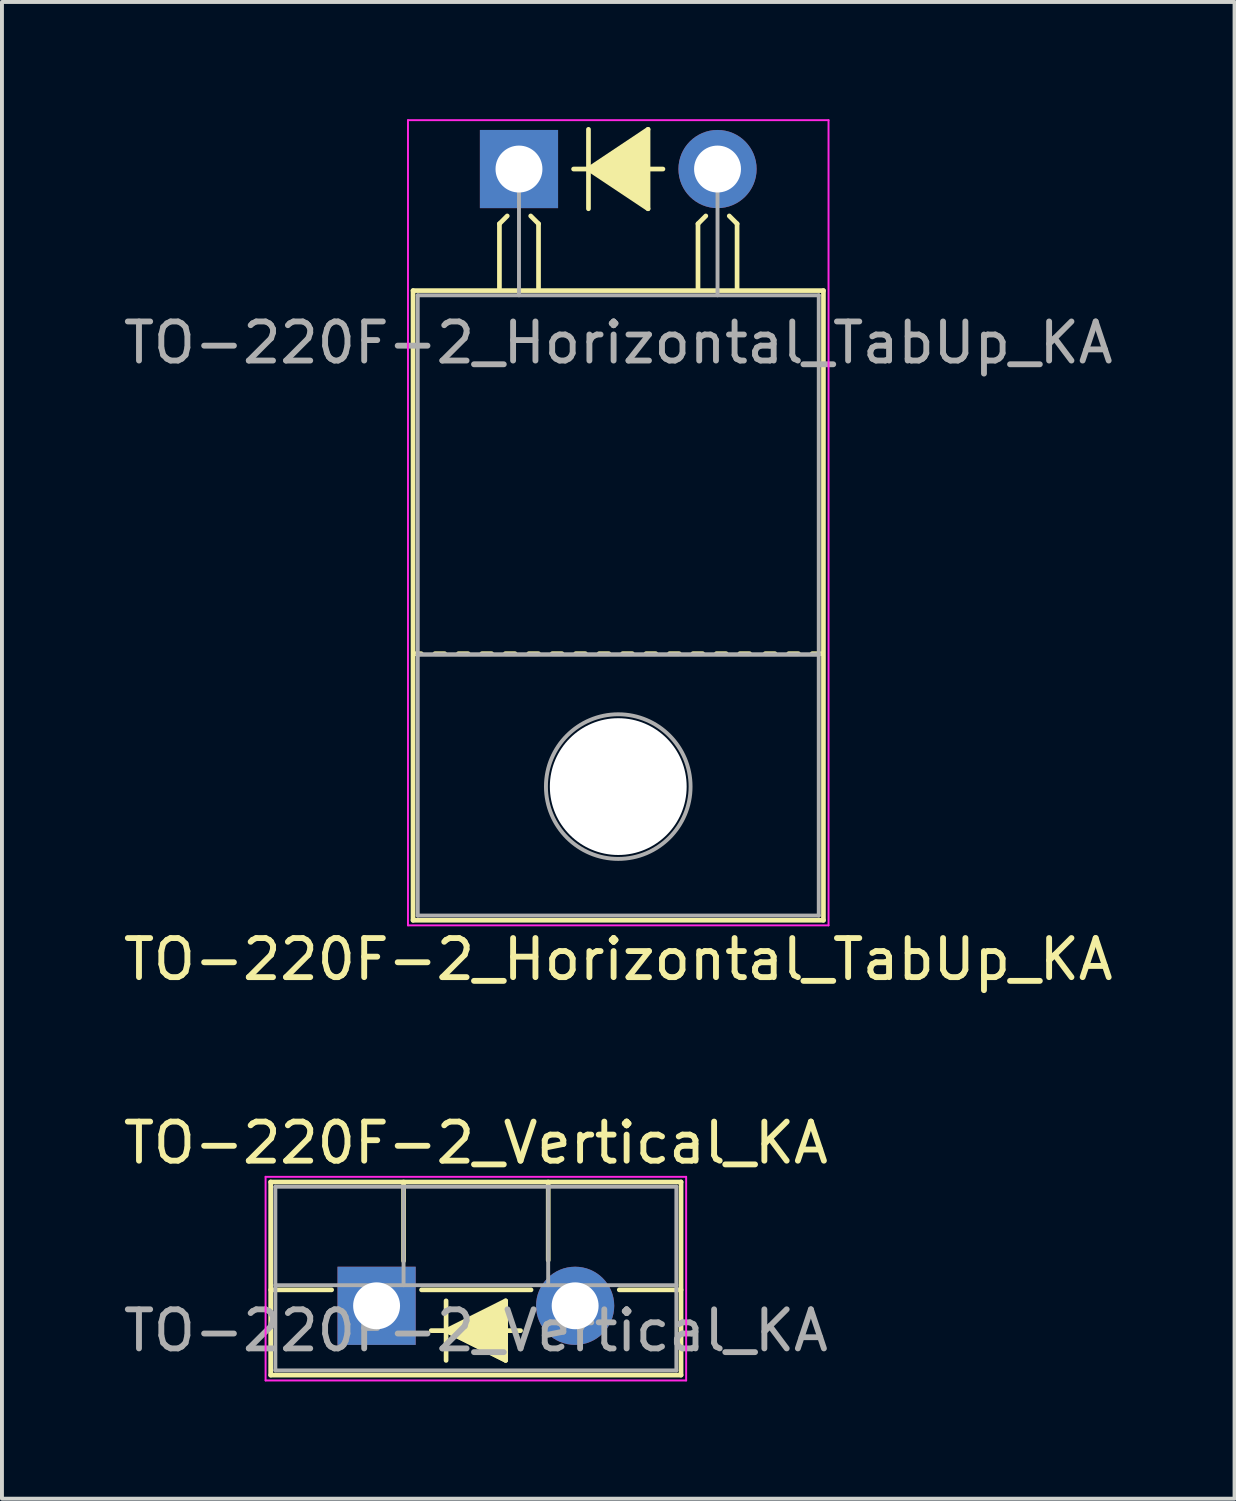
<source format=kicad_pcb>
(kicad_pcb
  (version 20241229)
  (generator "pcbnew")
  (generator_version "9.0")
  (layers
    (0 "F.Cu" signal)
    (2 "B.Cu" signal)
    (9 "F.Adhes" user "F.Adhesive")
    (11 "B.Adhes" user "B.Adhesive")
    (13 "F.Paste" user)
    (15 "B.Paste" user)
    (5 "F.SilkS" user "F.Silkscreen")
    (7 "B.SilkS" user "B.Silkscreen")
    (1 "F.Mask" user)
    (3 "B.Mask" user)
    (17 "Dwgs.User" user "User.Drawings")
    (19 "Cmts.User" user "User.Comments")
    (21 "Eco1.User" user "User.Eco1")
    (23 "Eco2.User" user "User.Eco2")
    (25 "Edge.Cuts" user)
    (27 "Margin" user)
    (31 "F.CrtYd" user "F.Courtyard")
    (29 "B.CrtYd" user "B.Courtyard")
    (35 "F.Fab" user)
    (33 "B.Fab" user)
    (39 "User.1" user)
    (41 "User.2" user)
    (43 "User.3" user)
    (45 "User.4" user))
  (footprint "TO-220F-2_Vertical_KA"
    (layer "F.Cu")
    (at 6.585 30.359)
    (property "Reference" "TO-220F-2_Vertical_KA" (at 2.54 -4.168 0) (layer "F.SilkS") (effects (font (size 1 1) (thickness 0.15))))
    (attr through_hole)
    (fp_line (start -2.71 -3.168) (end -2.71 1.773) (stroke (width 0.12) (type solid)) (layer "F.SilkS"))
    (fp_line (start -2.71 -3.168) (end 7.79 -3.168) (stroke (width 0.12) (type solid)) (layer "F.SilkS"))
    (fp_line (start -2.71 -0.408) (end -1.15 -0.408) (stroke (width 0.12) (type solid)) (layer "F.SilkS"))
    (fp_line (start -2.71 1.773) (end 7.79 1.773) (stroke (width 0.12) (type solid)) (layer "F.SilkS"))
    (fp_line (start 0.69 -3.168) (end 0.69 -1.15) (stroke (width 0.12) (type solid)) (layer "F.SilkS"))
    (fp_line (start 1.15 -0.408) (end 3.952 -0.408) (stroke (width 0.12) (type solid)) (layer "F.SilkS"))
    (fp_line (start 1.397 0.635) (end 1.778 0.635) (stroke (width 0.12) (type solid)) (layer "F.SilkS"))
    (fp_line (start 1.778 0.635) (end 1.778 -0.127) (stroke (width 0.12) (type solid)) (layer "F.SilkS"))
    (fp_line (start 1.778 0.635) (end 1.778 1.397) (stroke (width 0.12) (type solid)) (layer "F.SilkS"))
    (fp_line (start 1.778 0.635) (end 3.302 1.397) (stroke (width 0.12) (type solid)) (layer "F.SilkS"))
    (fp_line (start 3.302 -0.127) (end 1.778 0.635) (stroke (width 0.12) (type solid)) (layer "F.SilkS"))
    (fp_line (start 3.302 0.635) (end 3.683 0.635) (stroke (width 0.12) (type solid)) (layer "F.SilkS"))
    (fp_line (start 3.302 1.397) (end 3.302 -0.127) (stroke (width 0.12) (type solid)) (layer "F.SilkS"))
    (fp_line (start 4.391 -3.168) (end 4.391 -1.165) (stroke (width 0.12) (type solid)) (layer "F.SilkS"))
    (fp_line (start 6.209 -0.408) (end 7.79 -0.408) (stroke (width 0.12) (type solid)) (layer "F.SilkS"))
    (fp_line (start 7.79 -3.168) (end 7.79 1.773) (stroke (width 0.12) (type solid)) (layer "F.SilkS"))
    (fp_poly (pts (xy 3.3 1.4) (xy 1.8 0.65) (xy 3.3 -0.1)) (stroke (width 0.1) (type solid)) (fill yes) (layer "F.SilkS"))
    (fp_line (start -2.84 -3.3) (end -2.84 1.91) (stroke (width 0.05) (type solid)) (layer "F.CrtYd"))
    (fp_line (start -2.84 1.91) (end 7.92 1.91) (stroke (width 0.05) (type solid)) (layer "F.CrtYd"))
    (fp_line (start 7.92 -3.3) (end -2.84 -3.3) (stroke (width 0.05) (type solid)) (layer "F.CrtYd"))
    (fp_line (start 7.92 1.91) (end 7.92 -3.3) (stroke (width 0.05) (type solid)) (layer "F.CrtYd"))
    (fp_line (start -2.59 -3.047) (end -2.59 1.653) (stroke (width 0.1) (type solid)) (layer "F.Fab"))
    (fp_line (start -2.59 -0.527) (end 7.67 -0.527) (stroke (width 0.1) (type solid)) (layer "F.Fab"))
    (fp_line (start -2.59 1.653) (end 7.67 1.653) (stroke (width 0.1) (type solid)) (layer "F.Fab"))
    (fp_line (start 0.69 -3.047) (end 0.69 -0.527) (stroke (width 0.1) (type solid)) (layer "F.Fab"))
    (fp_line (start 4.39 -3.047) (end 4.39 -0.527) (stroke (width 0.1) (type solid)) (layer "F.Fab"))
    (fp_line (start 7.67 -3.047) (end -2.59 -3.047) (stroke (width 0.1) (type solid)) (layer "F.Fab"))
    (fp_line (start 7.67 1.653) (end 7.67 -3.047) (stroke (width 0.1) (type solid)) (layer "F.Fab"))
    (fp_text user "${REFERENCE}" (at 2.54 0.635 0) (layer "F.Fab") (effects (font (size 1 1) (thickness 0.15))))
    (pad "1" thru_hole rect (at 0 0) (size 2 2) (drill 1.2) (layers "*.Cu" "*.Mask"))
    (pad "2" thru_hole oval (at 5.08 0) (size 2 2) (drill 1.2) (layers "*.Cu" "*.Mask")))
  (footprint "TO-220F-2_Horizontal_TabUp_KA"
    (layer "F.Cu")
    (at 10.228 1.275)
    (property "Reference" "TO-220F-2_Horizontal_TabUp_KA" (at 2.54 20.22 0) (layer "F.SilkS") (effects (font (size 1 1) (thickness 0.15))))
    (fp_line (start -2.71 19.22) (end -2.71 3.11) (stroke (width 0.12) (type solid)) (layer "F.SilkS"))
    (fp_line (start -2.5 12.4) (end -2.7 12.4) (stroke (width 0.12) (type solid)) (layer "F.SilkS"))
    (fp_line (start -1.9 12.4) (end -2.15 12.4) (stroke (width 0.12) (type solid)) (layer "F.SilkS"))
    (fp_line (start -1.3 12.4) (end -1.55 12.4) (stroke (width 0.12) (type solid)) (layer "F.SilkS"))
    (fp_line (start -0.7 12.4) (end -0.95 12.4) (stroke (width 0.12) (type solid)) (layer "F.SilkS"))
    (fp_line (start -0.5 1.4) (end -0.3 1.2) (stroke (width 0.12) (type solid)) (layer "F.SilkS"))
    (fp_line (start -0.5 3.048) (end -0.5 1.4) (stroke (width 0.12) (type solid)) (layer "F.SilkS"))
    (fp_line (start -0.1 12.4) (end -0.35 12.4) (stroke (width 0.12) (type solid)) (layer "F.SilkS"))
    (fp_line (start 0.5 1.4) (end 0.3 1.2) (stroke (width 0.12) (type solid)) (layer "F.SilkS"))
    (fp_line (start 0.5 3.048) (end 0.5 1.4) (stroke (width 0.12) (type solid)) (layer "F.SilkS"))
    (fp_line (start 0.5 12.4) (end 0.25 12.4) (stroke (width 0.12) (type solid)) (layer "F.SilkS"))
    (fp_line (start 1.1 12.4) (end 0.85 12.4) (stroke (width 0.12) (type solid)) (layer "F.SilkS"))
    (fp_line (start 1.397 0) (end 1.778 0) (stroke (width 0.12) (type solid)) (layer "F.SilkS"))
    (fp_line (start 1.7 12.4) (end 1.45 12.4) (stroke (width 0.12) (type solid)) (layer "F.SilkS"))
    (fp_line (start 1.778 0) (end 1.778 -1.016) (stroke (width 0.12) (type solid)) (layer "F.SilkS"))
    (fp_line (start 1.778 0) (end 1.778 1.016) (stroke (width 0.12) (type solid)) (layer "F.SilkS"))
    (fp_line (start 1.778 0) (end 3.302 1.016) (stroke (width 0.12) (type solid)) (layer "F.SilkS"))
    (fp_line (start 2.3 12.4) (end 2.05 12.4) (stroke (width 0.12) (type solid)) (layer "F.SilkS"))
    (fp_line (start 2.9 12.4) (end 2.65 12.4) (stroke (width 0.12) (type solid)) (layer "F.SilkS"))
    (fp_line (start 3.302 -1.016) (end 1.778 0) (stroke (width 0.12) (type solid)) (layer "F.SilkS"))
    (fp_line (start 3.302 0) (end 3.683 0) (stroke (width 0.12) (type solid)) (layer "F.SilkS"))
    (fp_line (start 3.302 1.016) (end 3.302 -1.016) (stroke (width 0.12) (type solid)) (layer "F.SilkS"))
    (fp_line (start 3.5 12.4) (end 3.25 12.4) (stroke (width 0.12) (type solid)) (layer "F.SilkS"))
    (fp_line (start 4.1 12.4) (end 3.85 12.4) (stroke (width 0.12) (type solid)) (layer "F.SilkS"))
    (fp_line (start 4.58 1.4) (end 4.78 1.2) (stroke (width 0.12) (type solid)) (layer "F.SilkS"))
    (fp_line (start 4.58 3.048) (end 4.58 1.4) (stroke (width 0.12) (type solid)) (layer "F.SilkS"))
    (fp_line (start 4.7 12.4) (end 4.45 12.4) (stroke (width 0.12) (type solid)) (layer "F.SilkS"))
    (fp_line (start 5.3 12.4) (end 5.05 12.4) (stroke (width 0.12) (type solid)) (layer "F.SilkS"))
    (fp_line (start 5.58 1.4) (end 5.38 1.2) (stroke (width 0.12) (type solid)) (layer "F.SilkS"))
    (fp_line (start 5.58 3.048) (end 5.58 1.4) (stroke (width 0.12) (type solid)) (layer "F.SilkS"))
    (fp_line (start 5.9 12.4) (end 5.65 12.4) (stroke (width 0.12) (type solid)) (layer "F.SilkS"))
    (fp_line (start 6.55 12.4) (end 6.3 12.4) (stroke (width 0.12) (type solid)) (layer "F.SilkS"))
    (fp_line (start 7.15 12.4) (end 6.9 12.4) (stroke (width 0.12) (type solid)) (layer "F.SilkS"))
    (fp_line (start 7.75 12.4) (end 7.5 12.4) (stroke (width 0.12) (type solid)) (layer "F.SilkS"))
    (fp_line (start 7.79 3.11) (end -2.71 3.11) (stroke (width 0.12) (type solid)) (layer "F.SilkS"))
    (fp_line (start 7.79 19.22) (end -2.71 19.22) (stroke (width 0.12) (type solid)) (layer "F.SilkS"))
    (fp_line (start 7.79 19.22) (end 7.79 3.11) (stroke (width 0.12) (type solid)) (layer "F.SilkS"))
    (fp_poly (pts (xy 3.3 1) (xy 1.8 0) (xy 3.3 -1)) (stroke (width 0.1) (type solid)) (fill yes) (layer "F.SilkS"))
    (fp_line (start -2.84 -1.25) (end -2.84 19.35) (stroke (width 0.05) (type solid)) (layer "F.CrtYd"))
    (fp_line (start -2.84 19.35) (end 7.92 19.35) (stroke (width 0.05) (type solid)) (layer "F.CrtYd"))
    (fp_line (start 7.92 -1.25) (end -2.84 -1.25) (stroke (width 0.05) (type solid)) (layer "F.CrtYd"))
    (fp_line (start 7.92 19.35) (end 7.92 -1.25) (stroke (width 0.05) (type solid)) (layer "F.CrtYd"))
    (fp_line (start -2.59 3.23) (end -2.59 12.42) (stroke (width 0.1) (type solid)) (layer "F.Fab"))
    (fp_line (start -2.59 12.42) (end -2.59 19.1) (stroke (width 0.1) (type solid)) (layer "F.Fab"))
    (fp_line (start -2.59 12.42) (end 7.67 12.42) (stroke (width 0.1) (type solid)) (layer "F.Fab"))
    (fp_line (start -2.59 19.1) (end 7.67 19.1) (stroke (width 0.1) (type solid)) (layer "F.Fab"))
    (fp_line (start 0 3.23) (end 0 0) (stroke (width 0.1) (type solid)) (layer "F.Fab"))
    (fp_line (start 5.08 3.23) (end 5.08 0) (stroke (width 0.1) (type solid)) (layer "F.Fab"))
    (fp_line (start 7.67 3.23) (end -2.59 3.23) (stroke (width 0.1) (type solid)) (layer "F.Fab"))
    (fp_line (start 7.67 12.42) (end -2.59 12.42) (stroke (width 0.1) (type solid)) (layer "F.Fab"))
    (fp_line (start 7.67 12.42) (end 7.67 3.23) (stroke (width 0.1) (type solid)) (layer "F.Fab"))
    (fp_line (start 7.67 19.1) (end 7.67 12.42) (stroke (width 0.1) (type solid)) (layer "F.Fab"))
    (fp_circle (center 2.54 15.8) (end 4.39 15.8) (stroke (width 0.1) (type solid)) (fill no) (layer "F.Fab"))
    (fp_text user "${REFERENCE}" (at 2.54 4.445 0) (layer "F.Fab") (effects (font (size 1 1) (thickness 0.15))))
    (pad "" np_thru_hole oval (at 2.54 15.8) (size 3.5 3.5) (drill 3.5) (layers "*.Cu" "*.Mask"))
    (pad "1" thru_hole rect (at 0 0) (size 2 2) (drill 1.2) (layers "*.Cu" "*.Mask"))
    (pad "2" thru_hole oval (at 5.08 0) (size 2 2) (drill 1.2) (layers "*.Cu" "*.Mask")))
  (gr_rect
    (start -3 -3)
    (end 28.536 35.294)
    (stroke (width 0.1) (type default))
    (fill no)
    (layer "Edge.Cuts")))
</source>
